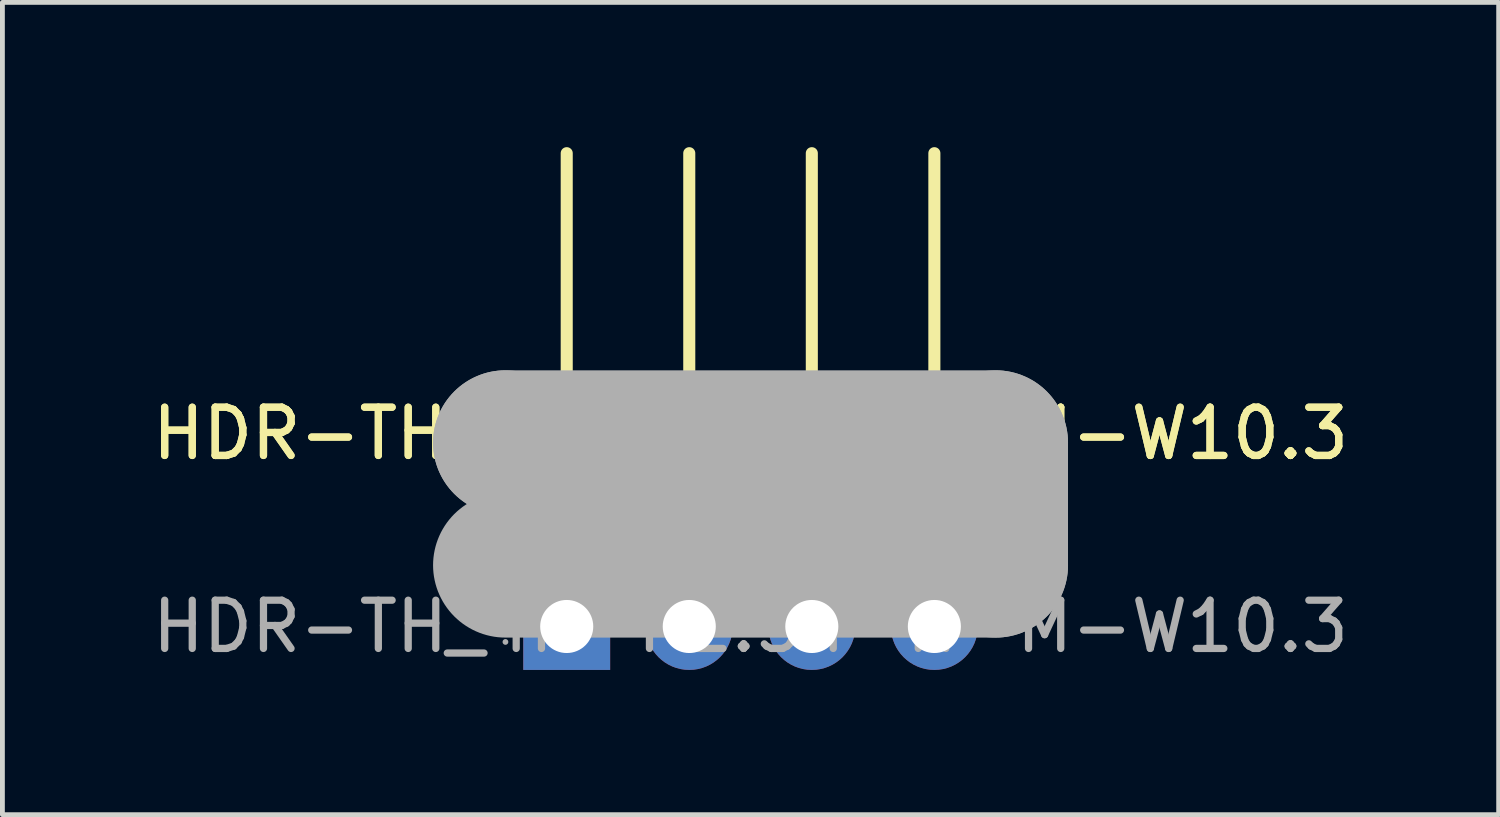
<source format=kicad_pcb>
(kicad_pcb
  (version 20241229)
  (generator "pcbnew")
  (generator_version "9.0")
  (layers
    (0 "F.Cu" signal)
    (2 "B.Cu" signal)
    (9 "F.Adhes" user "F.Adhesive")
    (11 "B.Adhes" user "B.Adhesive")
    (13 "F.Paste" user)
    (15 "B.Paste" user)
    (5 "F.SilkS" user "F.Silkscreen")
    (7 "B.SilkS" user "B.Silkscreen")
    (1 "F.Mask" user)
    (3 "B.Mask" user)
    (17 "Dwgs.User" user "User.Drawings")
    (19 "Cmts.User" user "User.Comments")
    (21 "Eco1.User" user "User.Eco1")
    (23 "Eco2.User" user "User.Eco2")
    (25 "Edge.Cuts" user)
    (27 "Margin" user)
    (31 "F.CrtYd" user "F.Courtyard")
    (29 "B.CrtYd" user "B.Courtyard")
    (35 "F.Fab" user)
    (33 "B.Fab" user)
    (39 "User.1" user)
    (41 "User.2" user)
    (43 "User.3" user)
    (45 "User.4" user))
  (footprint "HDR-TH_4P-P2.54-H-M-W10.3"
    (layer "F.Cu")
    (at 12.506 9.935)
    (property "Reference" "HDR-TH_4P-P2.54-H-M-W10.3" (at 0 -4 0) (layer "F.SilkS") (effects (font (size 1 1) (thickness 0.15))))
    (attr through_hole)
    (fp_line (start -3.81 -3.81) (end -3.81 -9.81) (stroke (width 0.25) (type solid)) (layer "F.SilkS"))
    (fp_line (start -1.27 -3.81) (end -1.27 -9.81) (stroke (width 0.25) (type solid)) (layer "F.SilkS"))
    (fp_line (start 1.27 -3.81) (end 1.27 -9.81) (stroke (width 0.25) (type solid)) (layer "F.SilkS"))
    (fp_line (start 3.81 -3.81) (end 3.81 -9.81) (stroke (width 0.25) (type solid)) (layer "F.SilkS"))
    (fp_line (start -5.08 -3.81) (end -5.08 -3.81) (stroke (width 3) (type solid)) (layer "F.Fab"))
    (fp_line (start -5.08 -3.81) (end 5.08 -3.81) (stroke (width 3) (type solid)) (layer "F.Fab"))
    (fp_line (start 5.08 -3.81) (end 5.08 -1.27) (stroke (width 3) (type solid)) (layer "F.Fab"))
    (fp_line (start 5.08 -1.27) (end -5.08 -1.27) (stroke (width 3) (type solid)) (layer "F.Fab"))
    (fp_circle (center -5.08 0.32) (end -5.05 0.32) (stroke (width 0.06) (type solid)) (fill no) (layer "F.Fab"))
    (fp_text user "${REFERENCE}" (at 0 -4 0) (layer "F.SilkS") (effects (font (size 1 1) (thickness 0.15))))
    (fp_text user "${REFERENCE}" (at 0 0 0) (layer "F.Fab") (effects (font (size 1 1) (thickness 0.15))))
    (pad "1" thru_hole rect (at -3.81 0) (size 1.8 1.8) (drill 1.1) (layers "*.Cu" "*.Mask"))
    (pad "2" thru_hole circle (at -1.27 0) (size 1.8 1.8) (drill 1.1) (layers "*.Cu" "*.Mask"))
    (pad "3" thru_hole circle (at 1.27 0) (size 1.8 1.8) (drill 1.1) (layers "*.Cu" "*.Mask"))
    (pad "4" thru_hole circle (at 3.81 0) (size 1.8 1.8) (drill 1.1) (layers "*.Cu" "*.Mask")))
  (gr_rect
    (start -3 -3)
    (end 28.012 13.835)
    (stroke (width 0.1) (type default))
    (fill no)
    (layer "Edge.Cuts")))
</source>
